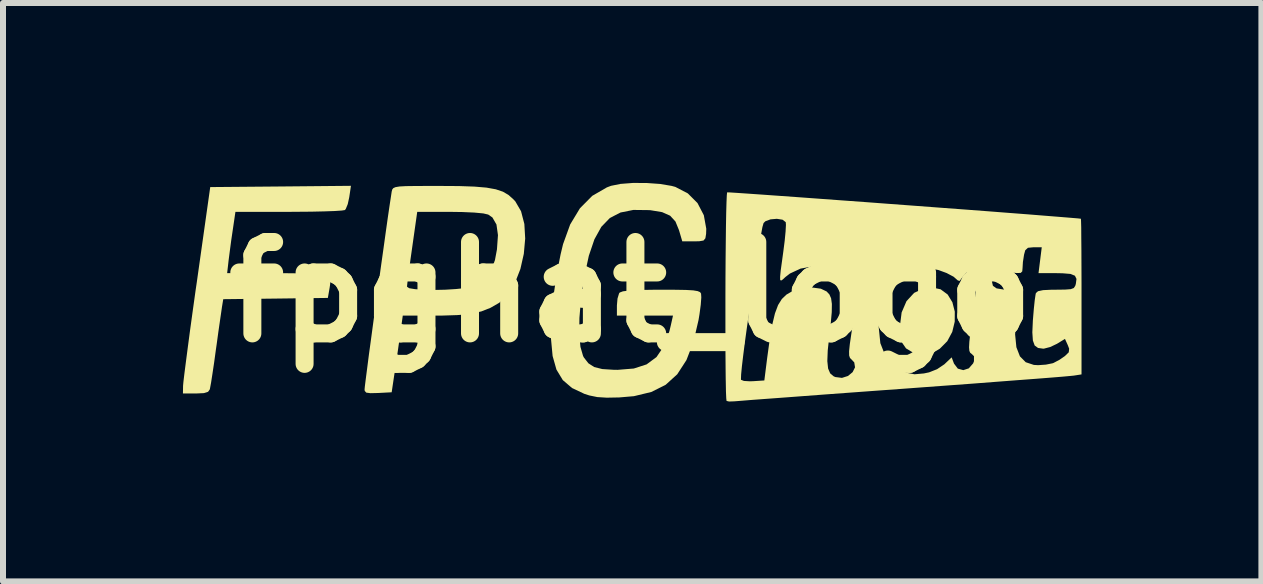
<source format=kicad_pcb>
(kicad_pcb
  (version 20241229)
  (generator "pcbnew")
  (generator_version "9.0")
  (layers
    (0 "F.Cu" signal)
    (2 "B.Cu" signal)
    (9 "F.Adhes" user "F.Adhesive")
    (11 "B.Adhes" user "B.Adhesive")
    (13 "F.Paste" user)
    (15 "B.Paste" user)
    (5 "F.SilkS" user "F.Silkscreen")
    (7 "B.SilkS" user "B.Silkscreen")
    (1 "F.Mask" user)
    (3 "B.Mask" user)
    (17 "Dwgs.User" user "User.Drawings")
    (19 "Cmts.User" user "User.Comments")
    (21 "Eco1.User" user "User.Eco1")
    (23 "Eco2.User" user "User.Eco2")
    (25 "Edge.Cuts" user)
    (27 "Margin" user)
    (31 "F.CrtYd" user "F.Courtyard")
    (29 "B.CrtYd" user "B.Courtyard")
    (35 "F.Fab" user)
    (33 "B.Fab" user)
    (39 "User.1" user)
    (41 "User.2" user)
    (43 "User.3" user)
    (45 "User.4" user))
  (footprint "fpghat_logo"
    (layer "F.Cu")
    (at 7.471 1.819)
    (property "Reference" "fpghat_logo" (at 0 0 0) (layer "F.SilkS") (effects (font (size 1.524 1.524) (thickness 0.3))))
    (attr board_only exclude_from_pos_files exclude_from_bom)
    (fp_poly (pts (xy 5.16 -0.046) (xy 5.278 0.041) (xy 5.357 0.17) (xy 5.397 0.326) (xy 5.396 0.495) (xy 5.355 0.664) (xy 5.272 0.819) (xy 5.147 0.945) (xy 5.057 0.998) (xy 4.936 1.047) (xy 4.841 1.054) (xy 4.731 1.021) (xy 4.692 1.004) (xy 4.584 0.939) (xy 4.519 0.845) (xy 4.488 0.706) (xy 4.482 0.568) (xy 4.511 0.34) (xy 4.592 0.152) (xy 4.719 0.014) (xy 4.883 -0.064) (xy 5.004 -0.079)) (stroke (width 0) (type solid)) (fill yes) (layer "F.SilkS"))
    (fp_poly (pts (xy -4.698 -1.583) (xy -4.723 -1.467) (xy -4.756 -1.386) (xy -4.771 -1.367) (xy -4.822 -1.359) (xy -4.94 -1.351) (xy -5.113 -1.345) (xy -5.329 -1.34) (xy -5.576 -1.338) (xy -5.706 -1.337) (xy -6.596 -1.337) (xy -6.639 -1.045) (xy -6.666 -0.862) (xy -6.691 -0.673) (xy -6.709 -0.534) (xy -6.734 -0.315) (xy -5.886 -0.315) (xy -5.636 -0.313) (xy -5.413 -0.309) (xy -5.229 -0.302) (xy -5.095 -0.294) (xy -5.025 -0.285) (xy -5.017 -0.281) (xy -5.01 -0.224) (xy -5.018 -0.122) (xy -5.025 -0.074) (xy -5.055 0.098) (xy -5.927 0.109) (xy -6.799 0.119) (xy -6.82 0.246) (xy -6.832 0.33) (xy -6.853 0.474) (xy -6.88 0.661) (xy -6.909 0.873) (xy -6.922 0.963) (xy -6.951 1.175) (xy -6.979 1.362) (xy -7.002 1.51) (xy -7.019 1.602) (xy -7.023 1.622) (xy -7.052 1.663) (xy -7.121 1.685) (xy -7.248 1.691) (xy -7.257 1.691) (xy -7.471 1.691) (xy -7.469 1.563) (xy -7.463 1.497) (xy -7.447 1.362) (xy -7.422 1.167) (xy -7.39 0.922) (xy -7.352 0.635) (xy -7.308 0.316) (xy -7.26 -0.028) (xy -7.241 -0.157) (xy -7.016 -1.75) (xy -5.843 -1.76) (xy -4.67 -1.771)) (stroke (width 0) (type solid)) (fill yes) (layer "F.SilkS"))
    (fp_poly (pts (xy -2.867 -1.767) (xy -2.61 -1.758) (xy -2.41 -1.741) (xy -2.255 -1.713) (xy -2.136 -1.673) (xy -2.041 -1.617) (xy -1.959 -1.543) (xy -1.93 -1.512) (xy -1.834 -1.347) (xy -1.779 -1.135) (xy -1.765 -0.892) (xy -1.788 -0.637) (xy -1.845 -0.385) (xy -1.935 -0.154) (xy -2.053 0.04) (xy -2.198 0.179) (xy -2.201 0.181) (xy -2.344 0.263) (xy -2.496 0.323) (xy -2.674 0.362) (xy -2.893 0.384) (xy -3.17 0.393) (xy -3.266 0.393) (xy -3.806 0.393) (xy -3.854 0.737) (xy -3.883 0.943) (xy -3.915 1.165) (xy -3.944 1.359) (xy -3.947 1.376) (xy -3.991 1.671) (xy -4.217 1.683) (xy -4.346 1.686) (xy -4.414 1.677) (xy -4.44 1.649) (xy -4.443 1.624) (xy -4.438 1.571) (xy -4.423 1.451) (xy -4.4 1.273) (xy -4.371 1.047) (xy -4.335 0.784) (xy -4.296 0.494) (xy -4.254 0.187) (xy -4.216 -0.088) (xy -3.735 -0.088) (xy -3.699 -0.064) (xy -3.601 -0.048) (xy -3.457 -0.038) (xy -3.285 -0.035) (xy -3.1 -0.039) (xy -2.92 -0.05) (xy -2.76 -0.067) (xy -2.637 -0.089) (xy -2.597 -0.102) (xy -2.449 -0.192) (xy -2.342 -0.333) (xy -2.269 -0.534) (xy -2.236 -0.71) (xy -2.219 -0.949) (xy -2.244 -1.126) (xy -2.312 -1.244) (xy -2.382 -1.292) (xy -2.464 -1.311) (xy -2.612 -1.325) (xy -2.812 -1.334) (xy -3.023 -1.337) (xy -3.565 -1.337) (xy -3.65 -0.737) (xy -3.68 -0.526) (xy -3.705 -0.341) (xy -3.724 -0.197) (xy -3.734 -0.108) (xy -3.735 -0.088) (xy -4.216 -0.088) (xy -4.211 -0.127) (xy -4.168 -0.439) (xy -4.126 -0.737) (xy -4.088 -1.011) (xy -4.054 -1.252) (xy -4.025 -1.449) (xy -4.003 -1.593) (xy -3.991 -1.673) (xy -3.989 -1.681) (xy -3.981 -1.711) (xy -3.963 -1.733) (xy -3.927 -1.749) (xy -3.861 -1.76) (xy -3.754 -1.766) (xy -3.597 -1.768) (xy -3.379 -1.769) (xy -3.191 -1.769)) (stroke (width 0) (type solid)) (fill yes) (layer "F.SilkS"))
    (fp_poly (pts (xy 0.261 -1.818) (xy 0.485 -1.802) (xy 0.675 -1.77) (xy 0.738 -1.753) (xy 0.946 -1.645) (xy 1.108 -1.483) (xy 1.213 -1.281) (xy 1.254 -1.055) (xy 1.251 -0.97) (xy 1.239 -0.896) (xy 1.208 -0.859) (xy 1.137 -0.847) (xy 1.046 -0.845) (xy 0.854 -0.845) (xy 0.799 -1.032) (xy 0.74 -1.176) (xy 0.651 -1.273) (xy 0.518 -1.332) (xy 0.326 -1.364) (xy 0.296 -1.366) (xy 0.038 -1.369) (xy -0.176 -1.326) (xy -0.353 -1.235) (xy -0.496 -1.087) (xy -0.611 -0.879) (xy -0.704 -0.605) (xy -0.779 -0.259) (xy -0.786 -0.22) (xy -0.835 0.122) (xy -0.861 0.432) (xy -0.864 0.7) (xy -0.844 0.914) (xy -0.8 1.066) (xy -0.786 1.092) (xy -0.711 1.188) (xy -0.615 1.25) (xy -0.48 1.284) (xy -0.29 1.296) (xy -0.224 1.297) (xy 0.046 1.275) (xy 0.259 1.206) (xy 0.424 1.084) (xy 0.548 0.902) (xy 0.639 0.653) (xy 0.663 0.554) (xy 0.699 0.393) (xy -0.236 0.393) (xy -0.236 0.224) (xy -0.226 0.108) (xy -0.2 0.023) (xy -0.189 0.008) (xy -0.136 -0.012) (xy -0.019 -0.027) (xy 0.165 -0.035) (xy 0.421 -0.039) (xy 0.501 -0.039) (xy 0.743 -0.038) (xy 0.917 -0.035) (xy 1.036 -0.028) (xy 1.109 -0.016) (xy 1.15 0.001) (xy 1.167 0.025) (xy 1.171 0.09) (xy 1.162 0.211) (xy 1.141 0.369) (xy 1.125 0.466) (xy 1.039 0.835) (xy 0.923 1.135) (xy 0.77 1.371) (xy 0.577 1.546) (xy 0.338 1.666) (xy 0.048 1.736) (xy -0.197 1.757) (xy -0.405 1.761) (xy -0.563 1.751) (xy -0.695 1.724) (xy -0.779 1.697) (xy -0.984 1.6) (xy -1.138 1.468) (xy -1.244 1.293) (xy -1.308 1.066) (xy -1.335 0.778) (xy -1.337 0.676) (xy -1.325 0.385) (xy -1.291 0.051) (xy -1.24 -0.297) (xy -1.175 -0.627) (xy -1.134 -0.798) (xy -1.015 -1.127) (xy -0.852 -1.397) (xy -0.647 -1.604) (xy -0.403 -1.745) (xy -0.334 -1.771) (xy -0.176 -1.803) (xy 0.032 -1.819)) (stroke (width 0) (type solid)) (fill yes) (layer "F.SilkS"))
    (fp_poly (pts (xy 1.643 -1.661) (xy 1.755 -1.654) (xy 1.931 -1.642) (xy 2.163 -1.626) (xy 2.443 -1.606) (xy 2.765 -1.583) (xy 3.121 -1.557) (xy 3.503 -1.529) (xy 3.904 -1.5) (xy 4.317 -1.469) (xy 4.734 -1.438) (xy 5.147 -1.407) (xy 5.55 -1.377) (xy 5.935 -1.348) (xy 6.295 -1.32) (xy 6.621 -1.295) (xy 6.907 -1.272) (xy 7.145 -1.253) (xy 7.329 -1.238) (xy 7.449 -1.228) (xy 7.499 -1.222) (xy 7.5 -1.222) (xy 7.502 -1.184) (xy 7.505 -1.076) (xy 7.506 -0.907) (xy 7.508 -0.688) (xy 7.509 -0.427) (xy 7.51 -0.133) (xy 7.51 0.077) (xy 7.51 1.373) (xy 7.382 1.393) (xy 7.322 1.399) (xy 7.19 1.411) (xy 6.994 1.427) (xy 6.739 1.447) (xy 6.432 1.47) (xy 6.08 1.497) (xy 5.691 1.527) (xy 5.27 1.558) (xy 4.824 1.591) (xy 4.541 1.612) (xy 4.084 1.645) (xy 3.649 1.677) (xy 3.24 1.707) (xy 2.867 1.735) (xy 2.534 1.76) (xy 2.249 1.781) (xy 2.018 1.798) (xy 1.848 1.812) (xy 1.746 1.82) (xy 1.72 1.822) (xy 1.634 1.825) (xy 1.592 1.815) (xy 1.587 1.772) (xy 1.582 1.66) (xy 1.579 1.489) (xy 1.578 1.451) (xy 1.832 1.451) (xy 1.833 1.463) (xy 1.882 1.482) (xy 1.981 1.488) (xy 2.038 1.486) (xy 2.222 1.474) (xy 2.269 1.101) (xy 2.312 0.788) (xy 2.354 0.543) (xy 2.399 0.356) (xy 2.451 0.217) (xy 2.514 0.116) (xy 2.59 0.043) (xy 2.685 -0.013) (xy 2.689 -0.015) (xy 2.844 -0.063) (xy 3.012 -0.077) (xy 3.164 -0.056) (xy 3.26 -0.01) (xy 3.306 0.039) (xy 3.335 0.104) (xy 3.348 0.198) (xy 3.346 0.334) (xy 3.329 0.524) (xy 3.305 0.73) (xy 3.279 0.973) (xy 3.272 1.151) (xy 3.285 1.275) (xy 3.32 1.356) (xy 3.378 1.405) (xy 3.406 1.417) (xy 3.516 1.431) (xy 3.617 1.399) (xy 3.694 1.335) (xy 3.734 1.255) (xy 3.721 1.173) (xy 3.678 1.127) (xy 3.65 1.099) (xy 3.636 1.058) (xy 3.635 0.986) (xy 3.647 0.869) (xy 3.673 0.691) (xy 3.675 0.678) (xy 3.688 0.587) (xy 4.129 0.587) (xy 4.156 0.852) (xy 4.239 1.064) (xy 4.38 1.224) (xy 4.456 1.277) (xy 4.595 1.346) (xy 4.726 1.371) (xy 4.882 1.357) (xy 4.968 1.339) (xy 5.102 1.286) (xy 5.224 1.204) (xy 5.232 1.196) (xy 5.345 1.089) (xy 5.384 1.193) (xy 5.448 1.277) (xy 5.539 1.302) (xy 5.631 1.272) (xy 5.703 1.189) (xy 5.717 1.153) (xy 5.717 1.069) (xy 5.678 1.031) (xy 5.654 1.012) (xy 5.64 0.98) (xy 5.635 0.922) (xy 5.64 0.828) (xy 5.656 0.685) (xy 5.683 0.481) (xy 5.7 0.355) (xy 5.736 0.074) (xy 5.756 -0.133) (xy 5.757 -0.176) (xy 6.016 -0.176) (xy 6.033 -0.104) (xy 6.094 -0.061) (xy 6.211 -0.042) (xy 6.316 -0.039) (xy 6.491 -0.039) (xy 6.468 0.088) (xy 6.418 0.431) (xy 6.403 0.707) (xy 6.424 0.92) (xy 6.483 1.072) (xy 6.58 1.17) (xy 6.716 1.215) (xy 6.787 1.219) (xy 6.916 1.21) (xy 7.026 1.188) (xy 7.045 1.181) (xy 7.145 1.128) (xy 7.233 1.067) (xy 7.297 1.005) (xy 7.304 0.945) (xy 7.281 0.885) (xy 7.234 0.781) (xy 7.102 0.862) (xy 6.989 0.916) (xy 6.885 0.943) (xy 6.871 0.944) (xy 6.785 0.932) (xy 6.729 0.891) (xy 6.699 0.808) (xy 6.69 0.672) (xy 6.699 0.471) (xy 6.701 0.448) (xy 6.715 0.279) (xy 6.73 0.136) (xy 6.744 0.041) (xy 6.75 0.016) (xy 6.785 -0.014) (xy 6.87 -0.032) (xy 7.017 -0.039) (xy 7.081 -0.039) (xy 7.236 -0.041) (xy 7.33 -0.048) (xy 7.381 -0.067) (xy 7.405 -0.103) (xy 7.415 -0.135) (xy 7.426 -0.219) (xy 7.4 -0.272) (xy 7.327 -0.302) (xy 7.193 -0.313) (xy 7.09 -0.315) (xy 6.793 -0.315) (xy 6.847 -0.747) (xy 6.712 -0.747) (xy 6.617 -0.738) (xy 6.572 -0.697) (xy 6.552 -0.624) (xy 6.533 -0.501) (xy 6.527 -0.402) (xy 6.522 -0.345) (xy 6.496 -0.319) (xy 6.428 -0.317) (xy 6.323 -0.328) (xy 6.163 -0.334) (xy 6.066 -0.303) (xy 6.021 -0.231) (xy 6.016 -0.176) (xy 5.757 -0.176) (xy 5.76 -0.266) (xy 5.749 -0.322) (xy 5.673 -0.351) (xy 5.587 -0.32) (xy 5.52 -0.242) (xy 5.477 -0.185) (xy 5.447 -0.194) (xy 5.378 -0.255) (xy 5.261 -0.317) (xy 5.125 -0.367) (xy 4.999 -0.392) (xy 4.974 -0.393) (xy 4.744 -0.356) (xy 4.538 -0.252) (xy 4.365 -0.092) (xy 4.233 0.116) (xy 4.152 0.36) (xy 4.129 0.587) (xy 3.688 0.587) (xy 3.71 0.428) (xy 3.728 0.24) (xy 3.73 0.098) (xy 3.716 -0.014) (xy 3.685 -0.111) (xy 3.669 -0.146) (xy 3.567 -0.277) (xy 3.413 -0.368) (xy 3.227 -0.419) (xy 3.025 -0.427) (xy 2.826 -0.391) (xy 2.649 -0.309) (xy 2.574 -0.251) (xy 2.53 -0.21) (xy 2.501 -0.191) (xy 2.486 -0.202) (xy 2.485 -0.256) (xy 2.495 -0.36) (xy 2.518 -0.526) (xy 2.538 -0.672) (xy 2.561 -0.853) (xy 2.576 -1.008) (xy 2.582 -1.119) (xy 2.579 -1.165) (xy 2.526 -1.206) (xy 2.431 -1.221) (xy 2.325 -1.212) (xy 2.239 -1.18) (xy 2.209 -1.15) (xy 2.19 -1.084) (xy 2.167 -0.959) (xy 2.142 -0.796) (xy 2.125 -0.668) (xy 2.101 -0.476) (xy 2.075 -0.294) (xy 2.052 -0.148) (xy 2.041 -0.089) (xy 2.016 0.042) (xy 1.987 0.216) (xy 1.956 0.419) (xy 1.925 0.637) (xy 1.895 0.856) (xy 1.869 1.061) (xy 1.848 1.238) (xy 1.835 1.373) (xy 1.832 1.451) (xy 1.578 1.451) (xy 1.576 1.269) (xy 1.574 1.009) (xy 1.573 0.72) (xy 1.573 0.412) (xy 1.573 0.092) (xy 1.574 -0.227) (xy 1.576 -0.538) (xy 1.579 -0.829) (xy 1.582 -1.092) (xy 1.586 -1.316) (xy 1.591 -1.492) (xy 1.596 -1.61) (xy 1.601 -1.661) (xy 1.602 -1.662)) (stroke (width 0) (type solid)) (fill yes) (layer "F.SilkS")))
  (gr_rect
    (start -3 -3)
    (end 17.98 6.643)
    (stroke (width 0.1) (type default))
    (fill no)
    (layer "Edge.Cuts")))
</source>
